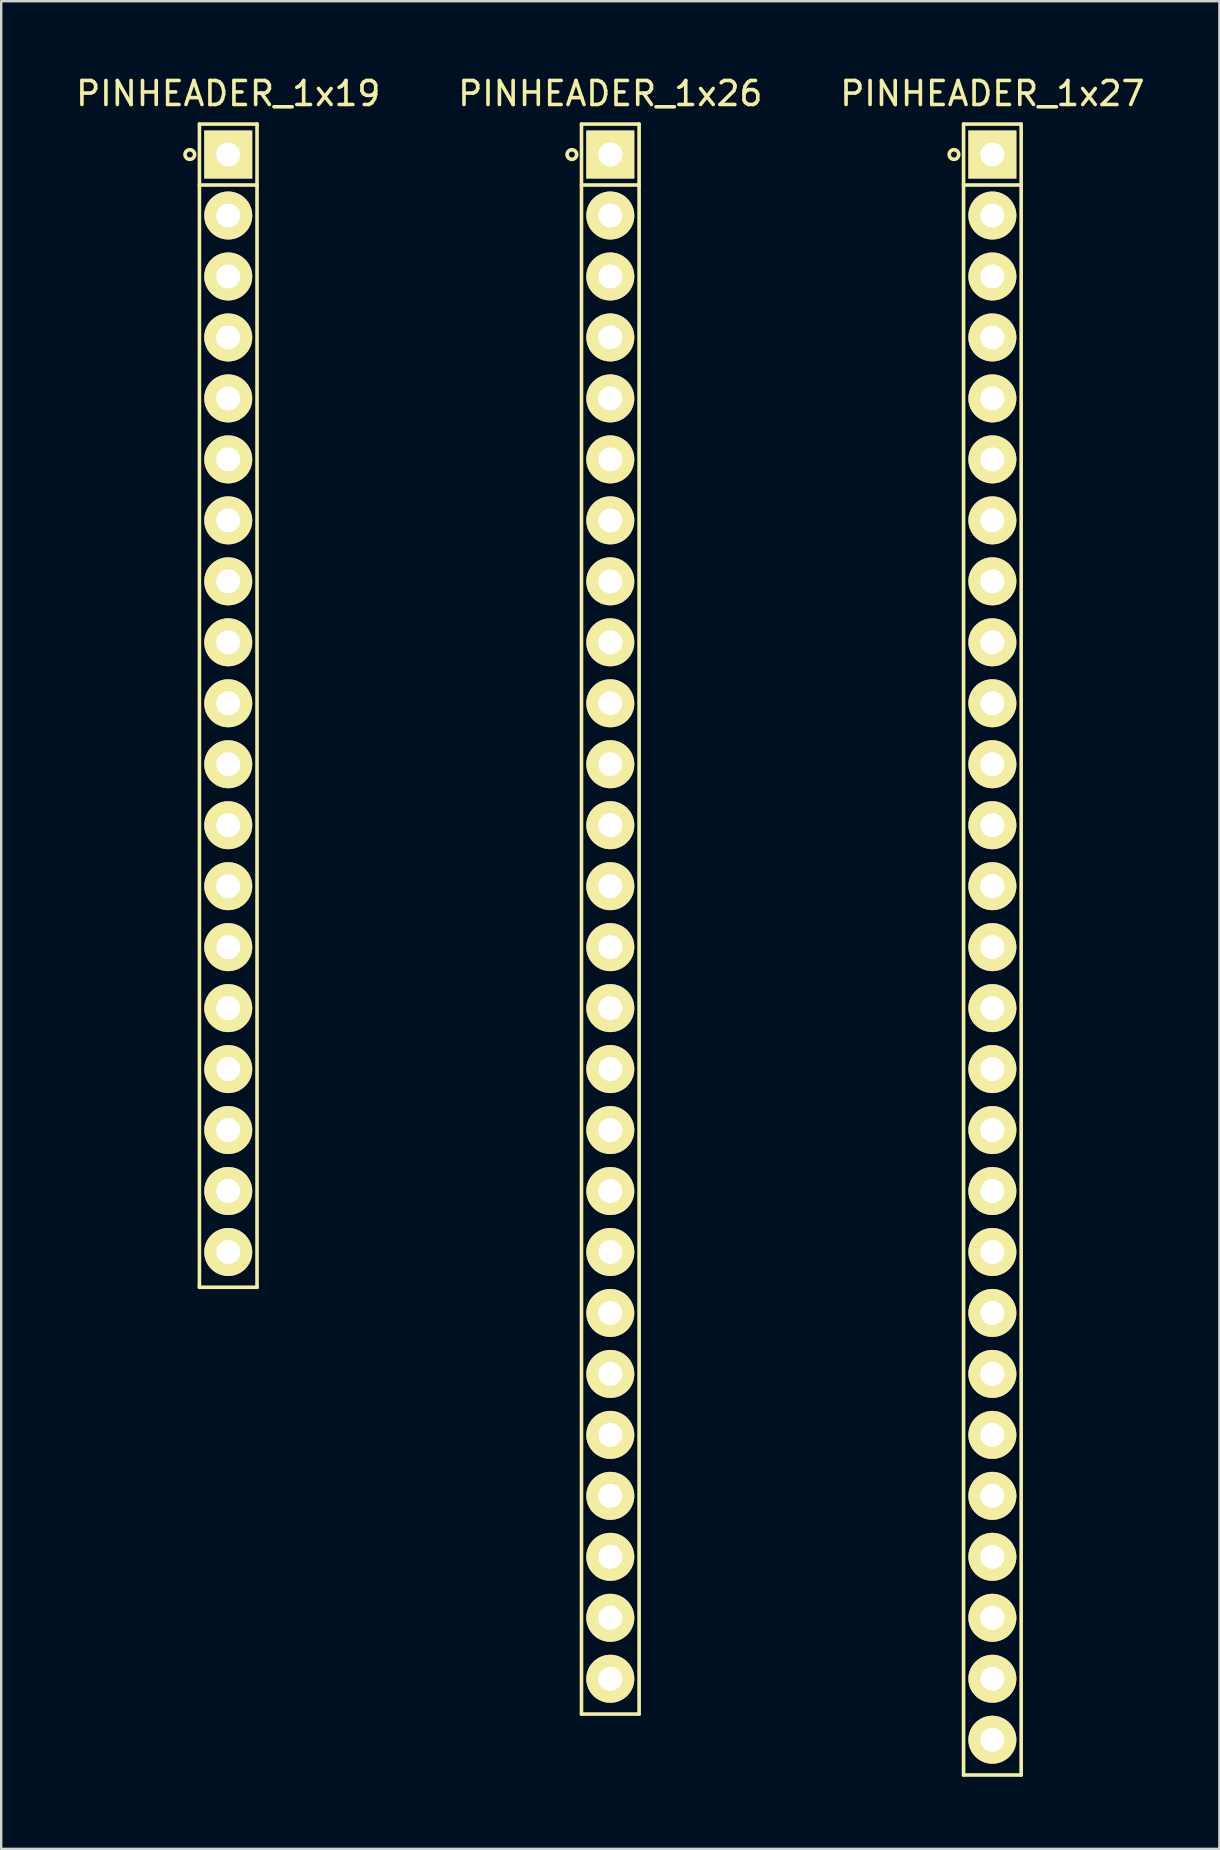
<source format=kicad_pcb>
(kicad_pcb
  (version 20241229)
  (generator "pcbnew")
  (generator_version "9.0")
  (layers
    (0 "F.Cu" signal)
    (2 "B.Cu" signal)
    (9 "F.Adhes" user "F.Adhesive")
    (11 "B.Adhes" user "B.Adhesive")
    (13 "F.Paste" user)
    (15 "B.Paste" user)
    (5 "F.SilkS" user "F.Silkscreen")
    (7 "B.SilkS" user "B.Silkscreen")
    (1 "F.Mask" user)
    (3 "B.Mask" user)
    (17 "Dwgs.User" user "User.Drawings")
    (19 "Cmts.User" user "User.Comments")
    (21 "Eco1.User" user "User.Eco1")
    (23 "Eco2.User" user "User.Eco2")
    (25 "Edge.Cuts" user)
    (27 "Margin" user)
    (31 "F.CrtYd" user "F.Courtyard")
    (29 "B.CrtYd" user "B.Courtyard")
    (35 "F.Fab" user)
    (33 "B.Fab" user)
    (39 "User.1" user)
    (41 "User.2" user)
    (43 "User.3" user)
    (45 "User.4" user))
  (footprint "PINHEADER_1x27"
    (layer "F.Cu")
    (at 38.292 3.388)
    (property "Reference" "PINHEADER_1x27" (at 0 -2.54 0) (layer "F.SilkS") (effects (font (size 1 1) (thickness 0.15))))
    (attr through_hole)
    (fp_line (start -1.2 -1.27) (end 1.2 -1.27) (stroke (width 0.15) (type solid)) (layer "F.SilkS"))
    (fp_line (start -1.2 1.27) (end 1.2 1.27) (stroke (width 0.15) (type solid)) (layer "F.SilkS"))
    (fp_line (start -1.2 67.51) (end -1.2 -1.27) (stroke (width 0.15) (type solid)) (layer "F.SilkS"))
    (fp_line (start 1.2 -1.27) (end 1.2 67.51) (stroke (width 0.15) (type solid)) (layer "F.SilkS"))
    (fp_line (start 1.2 67.51) (end -1.2 67.51) (stroke (width 0.15) (type solid)) (layer "F.SilkS"))
    (fp_circle (center -1.6 0) (end -1.6 0.2) (stroke (width 0.15) (type solid)) (fill no) (layer "F.SilkS"))
    (pad "1" thru_hole rect (at 0 0) (size 2 2) (drill 1) (layers "*.Cu" "*.Mask" "F.SilkS"))
    (pad "2" thru_hole circle (at 0 2.54) (size 2 2) (drill 1) (layers "*.Cu" "*.Mask" "F.SilkS"))
    (pad "3" thru_hole circle (at 0 5.08) (size 2 2) (drill 1) (layers "*.Cu" "*.Mask" "F.SilkS"))
    (pad "4" thru_hole circle (at 0 7.62) (size 2 2) (drill 1) (layers "*.Cu" "*.Mask" "F.SilkS"))
    (pad "5" thru_hole circle (at 0 10.16) (size 2 2) (drill 1) (layers "*.Cu" "*.Mask" "F.SilkS"))
    (pad "6" thru_hole circle (at 0 12.7) (size 2 2) (drill 1) (layers "*.Cu" "*.Mask" "F.SilkS"))
    (pad "7" thru_hole circle (at 0 15.24) (size 2 2) (drill 1) (layers "*.Cu" "*.Mask" "F.SilkS"))
    (pad "8" thru_hole circle (at 0 17.78) (size 2 2) (drill 1) (layers "*.Cu" "*.Mask" "F.SilkS"))
    (pad "9" thru_hole circle (at 0 20.32) (size 2 2) (drill 1) (layers "*.Cu" "*.Mask" "F.SilkS"))
    (pad "10" thru_hole circle (at 0 22.86) (size 2 2) (drill 1) (layers "*.Cu" "*.Mask" "F.SilkS"))
    (pad "11" thru_hole circle (at 0 25.4) (size 2 2) (drill 1) (layers "*.Cu" "*.Mask" "F.SilkS"))
    (pad "12" thru_hole circle (at 0 27.94) (size 2 2) (drill 1) (layers "*.Cu" "*.Mask" "F.SilkS"))
    (pad "13" thru_hole circle (at 0 30.48) (size 2 2) (drill 1) (layers "*.Cu" "*.Mask" "F.SilkS"))
    (pad "14" thru_hole circle (at 0 33.02) (size 2 2) (drill 1) (layers "*.Cu" "*.Mask" "F.SilkS"))
    (pad "15" thru_hole circle (at 0 35.56) (size 2 2) (drill 1) (layers "*.Cu" "*.Mask" "F.SilkS"))
    (pad "16" thru_hole circle (at 0 38.1) (size 2 2) (drill 1) (layers "*.Cu" "*.Mask" "F.SilkS"))
    (pad "17" thru_hole circle (at 0 40.64) (size 2 2) (drill 1) (layers "*.Cu" "*.Mask" "F.SilkS"))
    (pad "18" thru_hole circle (at 0 43.18) (size 2 2) (drill 1) (layers "*.Cu" "*.Mask" "F.SilkS"))
    (pad "19" thru_hole circle (at 0 45.72) (size 2 2) (drill 1) (layers "*.Cu" "*.Mask" "F.SilkS"))
    (pad "20" thru_hole circle (at 0 48.26) (size 2 2) (drill 1) (layers "*.Cu" "*.Mask" "F.SilkS"))
    (pad "21" thru_hole circle (at 0 50.8) (size 2 2) (drill 1) (layers "*.Cu" "*.Mask" "F.SilkS"))
    (pad "22" thru_hole circle (at 0 53.34) (size 2 2) (drill 1) (layers "*.Cu" "*.Mask" "F.SilkS"))
    (pad "23" thru_hole circle (at 0 55.88) (size 2 2) (drill 1) (layers "*.Cu" "*.Mask" "F.SilkS"))
    (pad "24" thru_hole circle (at 0 58.42) (size 2 2) (drill 1) (layers "*.Cu" "*.Mask" "F.SilkS"))
    (pad "25" thru_hole circle (at 0 60.96) (size 2 2) (drill 1) (layers "*.Cu" "*.Mask" "F.SilkS"))
    (pad "26" thru_hole circle (at 0 63.5) (size 2 2) (drill 1) (layers "*.Cu" "*.Mask" "F.SilkS"))
    (pad "27" thru_hole circle (at 0 66.04) (size 2 2) (drill 1) (layers "*.Cu" "*.Mask" "F.SilkS")))
  (footprint "PINHEADER_1x26"
    (layer "F.Cu")
    (at 22.375 3.388)
    (property "Reference" "PINHEADER_1x26" (at 0 -2.54 0) (layer "F.SilkS") (effects (font (size 1 1) (thickness 0.15))))
    (attr through_hole)
    (fp_line (start -1.2 -1.27) (end 1.2 -1.27) (stroke (width 0.15) (type solid)) (layer "F.SilkS"))
    (fp_line (start -1.2 1.27) (end 1.2 1.27) (stroke (width 0.15) (type solid)) (layer "F.SilkS"))
    (fp_line (start -1.2 64.97) (end -1.2 -1.27) (stroke (width 0.15) (type solid)) (layer "F.SilkS"))
    (fp_line (start 1.2 -1.27) (end 1.2 64.97) (stroke (width 0.15) (type solid)) (layer "F.SilkS"))
    (fp_line (start 1.2 64.97) (end -1.2 64.97) (stroke (width 0.15) (type solid)) (layer "F.SilkS"))
    (fp_circle (center -1.6 0) (end -1.6 0.2) (stroke (width 0.15) (type solid)) (fill no) (layer "F.SilkS"))
    (pad "1" thru_hole rect (at 0 0) (size 2 2) (drill 1) (layers "*.Cu" "*.Mask" "F.SilkS"))
    (pad "2" thru_hole circle (at 0 2.54) (size 2 2) (drill 1) (layers "*.Cu" "*.Mask" "F.SilkS"))
    (pad "3" thru_hole circle (at 0 5.08) (size 2 2) (drill 1) (layers "*.Cu" "*.Mask" "F.SilkS"))
    (pad "4" thru_hole circle (at 0 7.62) (size 2 2) (drill 1) (layers "*.Cu" "*.Mask" "F.SilkS"))
    (pad "5" thru_hole circle (at 0 10.16) (size 2 2) (drill 1) (layers "*.Cu" "*.Mask" "F.SilkS"))
    (pad "6" thru_hole circle (at 0 12.7) (size 2 2) (drill 1) (layers "*.Cu" "*.Mask" "F.SilkS"))
    (pad "7" thru_hole circle (at 0 15.24) (size 2 2) (drill 1) (layers "*.Cu" "*.Mask" "F.SilkS"))
    (pad "8" thru_hole circle (at 0 17.78) (size 2 2) (drill 1) (layers "*.Cu" "*.Mask" "F.SilkS"))
    (pad "9" thru_hole circle (at 0 20.32) (size 2 2) (drill 1) (layers "*.Cu" "*.Mask" "F.SilkS"))
    (pad "10" thru_hole circle (at 0 22.86) (size 2 2) (drill 1) (layers "*.Cu" "*.Mask" "F.SilkS"))
    (pad "11" thru_hole circle (at 0 25.4) (size 2 2) (drill 1) (layers "*.Cu" "*.Mask" "F.SilkS"))
    (pad "12" thru_hole circle (at 0 27.94) (size 2 2) (drill 1) (layers "*.Cu" "*.Mask" "F.SilkS"))
    (pad "13" thru_hole circle (at 0 30.48) (size 2 2) (drill 1) (layers "*.Cu" "*.Mask" "F.SilkS"))
    (pad "14" thru_hole circle (at 0 33.02) (size 2 2) (drill 1) (layers "*.Cu" "*.Mask" "F.SilkS"))
    (pad "15" thru_hole circle (at 0 35.56) (size 2 2) (drill 1) (layers "*.Cu" "*.Mask" "F.SilkS"))
    (pad "16" thru_hole circle (at 0 38.1) (size 2 2) (drill 1) (layers "*.Cu" "*.Mask" "F.SilkS"))
    (pad "17" thru_hole circle (at 0 40.64) (size 2 2) (drill 1) (layers "*.Cu" "*.Mask" "F.SilkS"))
    (pad "18" thru_hole circle (at 0 43.18) (size 2 2) (drill 1) (layers "*.Cu" "*.Mask" "F.SilkS"))
    (pad "19" thru_hole circle (at 0 45.72) (size 2 2) (drill 1) (layers "*.Cu" "*.Mask" "F.SilkS"))
    (pad "20" thru_hole circle (at 0 48.26) (size 2 2) (drill 1) (layers "*.Cu" "*.Mask" "F.SilkS"))
    (pad "21" thru_hole circle (at 0 50.8) (size 2 2) (drill 1) (layers "*.Cu" "*.Mask" "F.SilkS"))
    (pad "22" thru_hole circle (at 0 53.34) (size 2 2) (drill 1) (layers "*.Cu" "*.Mask" "F.SilkS"))
    (pad "23" thru_hole circle (at 0 55.88) (size 2 2) (drill 1) (layers "*.Cu" "*.Mask" "F.SilkS"))
    (pad "24" thru_hole circle (at 0 58.42) (size 2 2) (drill 1) (layers "*.Cu" "*.Mask" "F.SilkS"))
    (pad "25" thru_hole circle (at 0 60.96) (size 2 2) (drill 1) (layers "*.Cu" "*.Mask" "F.SilkS"))
    (pad "26" thru_hole circle (at 0 63.5) (size 2 2) (drill 1) (layers "*.Cu" "*.Mask" "F.SilkS")))
  (footprint "PINHEADER_1x19"
    (layer "F.Cu")
    (at 6.458 3.388)
    (property "Reference" "PINHEADER_1x19" (at 0 -2.54 0) (layer "F.SilkS") (effects (font (size 1 1) (thickness 0.15))))
    (attr through_hole)
    (fp_line (start -1.2 -1.27) (end 1.2 -1.27) (stroke (width 0.15) (type solid)) (layer "F.SilkS"))
    (fp_line (start -1.2 1.27) (end 1.2 1.27) (stroke (width 0.15) (type solid)) (layer "F.SilkS"))
    (fp_line (start -1.2 47.19) (end -1.2 -1.27) (stroke (width 0.15) (type solid)) (layer "F.SilkS"))
    (fp_line (start 1.2 -1.27) (end 1.2 47.19) (stroke (width 0.15) (type solid)) (layer "F.SilkS"))
    (fp_line (start 1.2 47.19) (end -1.2 47.19) (stroke (width 0.15) (type solid)) (layer "F.SilkS"))
    (fp_circle (center -1.6 0) (end -1.6 0.2) (stroke (width 0.15) (type solid)) (fill no) (layer "F.SilkS"))
    (pad "1" thru_hole rect (at 0 0) (size 2 2) (drill 1) (layers "*.Cu" "*.Mask" "F.SilkS"))
    (pad "2" thru_hole circle (at 0 2.54) (size 2 2) (drill 1) (layers "*.Cu" "*.Mask" "F.SilkS"))
    (pad "3" thru_hole circle (at 0 5.08) (size 2 2) (drill 1) (layers "*.Cu" "*.Mask" "F.SilkS"))
    (pad "4" thru_hole circle (at 0 7.62) (size 2 2) (drill 1) (layers "*.Cu" "*.Mask" "F.SilkS"))
    (pad "5" thru_hole circle (at 0 10.16) (size 2 2) (drill 1) (layers "*.Cu" "*.Mask" "F.SilkS"))
    (pad "6" thru_hole circle (at 0 12.7) (size 2 2) (drill 1) (layers "*.Cu" "*.Mask" "F.SilkS"))
    (pad "7" thru_hole circle (at 0 15.24) (size 2 2) (drill 1) (layers "*.Cu" "*.Mask" "F.SilkS"))
    (pad "8" thru_hole circle (at 0 17.78) (size 2 2) (drill 1) (layers "*.Cu" "*.Mask" "F.SilkS"))
    (pad "9" thru_hole circle (at 0 20.32) (size 2 2) (drill 1) (layers "*.Cu" "*.Mask" "F.SilkS"))
    (pad "10" thru_hole circle (at 0 22.86) (size 2 2) (drill 1) (layers "*.Cu" "*.Mask" "F.SilkS"))
    (pad "11" thru_hole circle (at 0 25.4) (size 2 2) (drill 1) (layers "*.Cu" "*.Mask" "F.SilkS"))
    (pad "12" thru_hole circle (at 0 27.94) (size 2 2) (drill 1) (layers "*.Cu" "*.Mask" "F.SilkS"))
    (pad "13" thru_hole circle (at 0 30.48) (size 2 2) (drill 1) (layers "*.Cu" "*.Mask" "F.SilkS"))
    (pad "14" thru_hole circle (at 0 33.02) (size 2 2) (drill 1) (layers "*.Cu" "*.Mask" "F.SilkS"))
    (pad "15" thru_hole circle (at 0 35.56) (size 2 2) (drill 1) (layers "*.Cu" "*.Mask" "F.SilkS"))
    (pad "16" thru_hole circle (at 0 38.1) (size 2 2) (drill 1) (layers "*.Cu" "*.Mask" "F.SilkS"))
    (pad "17" thru_hole circle (at 0 40.64) (size 2 2) (drill 1) (layers "*.Cu" "*.Mask" "F.SilkS"))
    (pad "18" thru_hole circle (at 0 43.18) (size 2 2) (drill 1) (layers "*.Cu" "*.Mask" "F.SilkS"))
    (pad "19" thru_hole circle (at 0 45.72) (size 2 2) (drill 1) (layers "*.Cu" "*.Mask" "F.SilkS")))
  (gr_rect
    (start -3 -3)
    (end 47.75 73.973)
    (stroke (width 0.1) (type default))
    (fill no)
    (layer "Edge.Cuts")))
</source>
